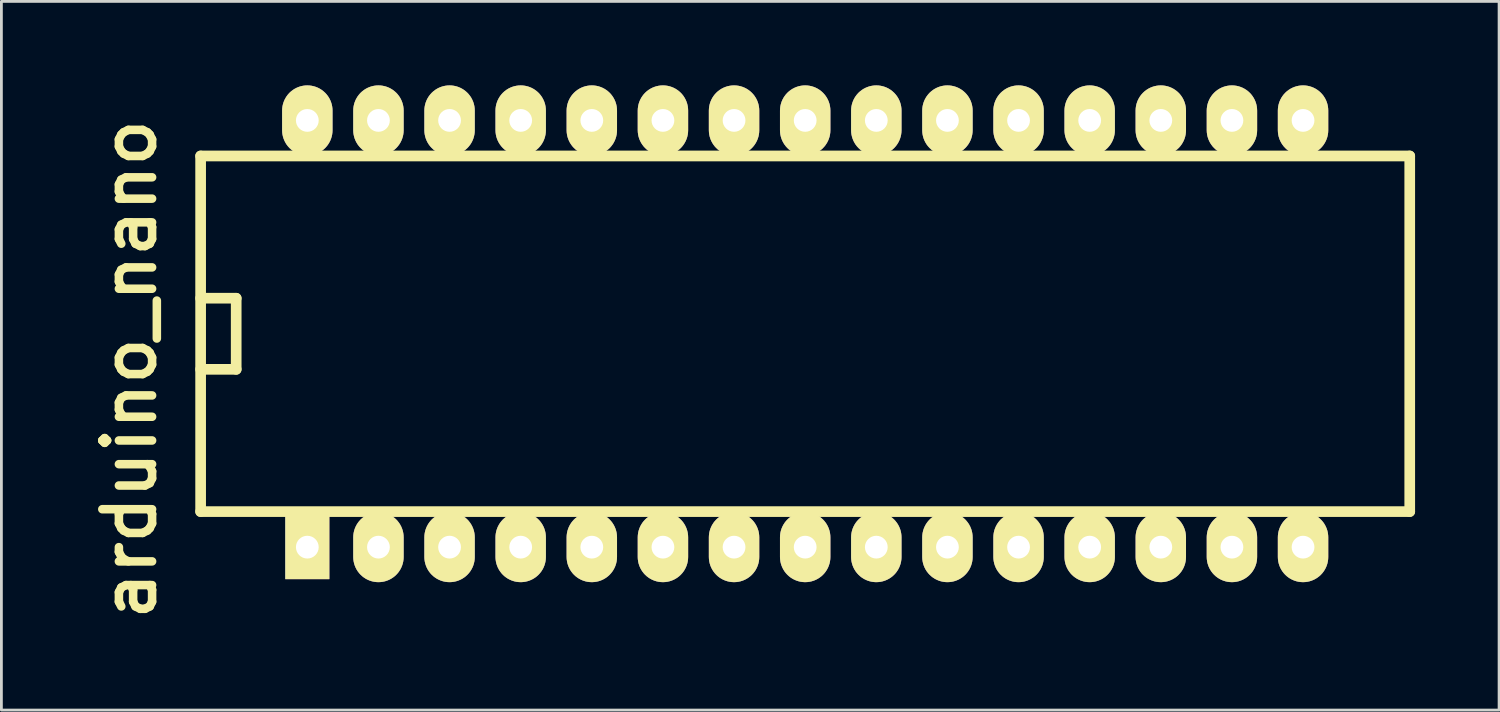
<source format=kicad_pcb>
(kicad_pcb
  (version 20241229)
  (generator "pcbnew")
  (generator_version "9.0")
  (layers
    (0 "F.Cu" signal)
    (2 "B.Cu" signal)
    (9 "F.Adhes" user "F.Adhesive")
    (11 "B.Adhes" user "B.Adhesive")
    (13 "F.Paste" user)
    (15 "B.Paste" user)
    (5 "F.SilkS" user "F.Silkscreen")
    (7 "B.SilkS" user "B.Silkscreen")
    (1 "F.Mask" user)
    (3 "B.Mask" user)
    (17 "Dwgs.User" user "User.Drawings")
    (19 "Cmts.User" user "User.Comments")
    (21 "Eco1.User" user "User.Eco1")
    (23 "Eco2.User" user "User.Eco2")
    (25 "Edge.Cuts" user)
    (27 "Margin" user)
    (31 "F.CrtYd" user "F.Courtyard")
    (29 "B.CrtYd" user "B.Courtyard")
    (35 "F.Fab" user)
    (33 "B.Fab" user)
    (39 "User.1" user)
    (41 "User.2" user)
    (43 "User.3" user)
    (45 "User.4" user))
  (footprint "arduino_nano"
    (layer "F.Cu")
    (at 26.975 8.87)
    (property "Reference" "arduino_nano" (at -25.4 1.27 90) (layer "F.SilkS") (effects (font (size 1.778 1.778) (thickness 0.305))))
    (attr through_hole)
    (fp_line (start -22.86 -6.35) (end 20.32 -6.35) (stroke (width 0.381) (type solid)) (layer "F.SilkS"))
    (fp_line (start -22.86 1.27) (end -21.59 1.27) (stroke (width 0.381) (type solid)) (layer "F.SilkS"))
    (fp_line (start -22.86 6.35) (end -22.86 -6.35) (stroke (width 0.381) (type solid)) (layer "F.SilkS"))
    (fp_line (start -21.59 -1.27) (end -22.86 -1.27) (stroke (width 0.381) (type solid)) (layer "F.SilkS"))
    (fp_line (start -21.59 1.27) (end -21.59 -1.27) (stroke (width 0.381) (type solid)) (layer "F.SilkS"))
    (fp_line (start 20.32 -6.35) (end 20.32 6.35) (stroke (width 0.381) (type solid)) (layer "F.SilkS"))
    (fp_line (start 20.32 6.35) (end -22.86 6.35) (stroke (width 0.381) (type solid)) (layer "F.SilkS"))
    (pad "3V3" thru_hole oval (at -16.51 7.62) (size 1.8 2.5) (drill 0.813) (layers "*.Cu" "*.Mask" "F.SilkS"))
    (pad "5V" thru_hole oval (at 8.89 7.62) (size 1.8 2.5) (drill 0.813) (layers "*.Cu" "*.Mask" "F.SilkS"))
    (pad "A0" thru_hole oval (at -11.43 7.62) (size 1.8 2.5) (drill 0.813) (layers "*.Cu" "*.Mask" "F.SilkS"))
    (pad "A1" thru_hole oval (at -8.89 7.62) (size 1.8 2.5) (drill 0.813) (layers "*.Cu" "*.Mask" "F.SilkS"))
    (pad "A2" thru_hole oval (at -6.35 7.62) (size 1.8 2.5) (drill 0.813) (layers "*.Cu" "*.Mask" "F.SilkS"))
    (pad "A3" thru_hole oval (at -3.81 7.62) (size 1.8 2.5) (drill 0.813) (layers "*.Cu" "*.Mask" "F.SilkS"))
    (pad "A4" thru_hole oval (at -1.27 7.62) (size 1.8 2.5) (drill 0.813) (layers "*.Cu" "*.Mask" "F.SilkS"))
    (pad "A5" thru_hole oval (at 1.27 7.62) (size 1.8 2.5) (drill 0.813) (layers "*.Cu" "*.Mask" "F.SilkS"))
    (pad "A6" thru_hole oval (at 3.81 7.62) (size 1.8 2.5) (drill 0.813) (layers "*.Cu" "*.Mask" "F.SilkS"))
    (pad "A7" thru_hole oval (at 6.35 7.62) (size 1.8 2.5) (drill 0.813) (layers "*.Cu" "*.Mask" "F.SilkS"))
    (pad "D2" thru_hole oval (at 6.35 -7.62) (size 1.8 2.5) (drill 0.813) (layers "*.Cu" "*.Mask" "F.SilkS"))
    (pad "D3" thru_hole oval (at 3.81 -7.62) (size 1.8 2.5) (drill 0.813) (layers "*.Cu" "*.Mask" "F.SilkS"))
    (pad "D4" thru_hole oval (at 1.27 -7.62) (size 1.8 2.5) (drill 0.813) (layers "*.Cu" "*.Mask" "F.SilkS"))
    (pad "D5" thru_hole oval (at -1.27 -7.62) (size 1.8 2.5) (drill 0.813) (layers "*.Cu" "*.Mask" "F.SilkS"))
    (pad "D6" thru_hole oval (at -3.81 -7.62) (size 1.8 2.5) (drill 0.813) (layers "*.Cu" "*.Mask" "F.SilkS"))
    (pad "D7" thru_hole oval (at -6.35 -7.62) (size 1.8 2.5) (drill 0.813) (layers "*.Cu" "*.Mask" "F.SilkS"))
    (pad "D8" thru_hole oval (at -8.89 -7.62) (size 1.8 2.5) (drill 0.813) (layers "*.Cu" "*.Mask" "F.SilkS"))
    (pad "D9" thru_hole oval (at -11.43 -7.62) (size 1.8 2.5) (drill 0.813) (layers "*.Cu" "*.Mask" "F.SilkS"))
    (pad "D10" thru_hole oval (at -13.97 -7.62) (size 1.8 2.5) (drill 0.813) (layers "*.Cu" "*.Mask" "F.SilkS"))
    (pad "D11" thru_hole oval (at -16.51 -7.62) (size 1.8 2.5) (drill 0.813) (layers "*.Cu" "*.Mask" "F.SilkS"))
    (pad "D12" thru_hole oval (at -19.05 -7.62) (size 1.8 2.5) (drill 0.813) (layers "*.Cu" "*.Mask" "F.SilkS"))
    (pad "D13" thru_hole rect (at -19.05 7.62) (size 1.575 2.286) (drill 0.813) (layers "*.Cu" "*.Mask" "F.SilkS"))
    (pad "GND0" thru_hole oval (at 8.89 -7.62) (size 1.8 2.5) (drill 0.813) (layers "*.Cu" "*.Mask" "F.SilkS"))
    (pad "GND1" thru_hole oval (at 13.97 7.62) (size 1.8 2.5) (drill 0.813) (layers "*.Cu" "*.Mask" "F.SilkS"))
    (pad "REF" thru_hole oval (at -13.97 7.62) (size 1.8 2.5) (drill 0.813) (layers "*.Cu" "*.Mask" "F.SilkS"))
    (pad "RST0" thru_hole oval (at 11.43 7.62) (size 1.8 2.5) (drill 0.813) (layers "*.Cu" "*.Mask" "F.SilkS"))
    (pad "RST1" thru_hole oval (at 11.43 -7.62) (size 1.8 2.5) (drill 0.813) (layers "*.Cu" "*.Mask" "F.SilkS"))
    (pad "RX0" thru_hole oval (at 13.97 -7.62) (size 1.8 2.5) (drill 0.813) (layers "*.Cu" "*.Mask" "F.SilkS"))
    (pad "TX1" thru_hole oval (at 16.51 -7.62) (size 1.8 2.5) (drill 0.813) (layers "*.Cu" "*.Mask" "F.SilkS"))
    (pad "VIN" thru_hole oval (at 16.51 7.62) (size 1.8 2.5) (drill 0.813) (layers "*.Cu" "*.Mask" "F.SilkS")))
  (gr_rect
    (start -3 -3)
    (end 50.486 22.309)
    (stroke (width 0.1) (type default))
    (fill no)
    (layer "Edge.Cuts")))
</source>
